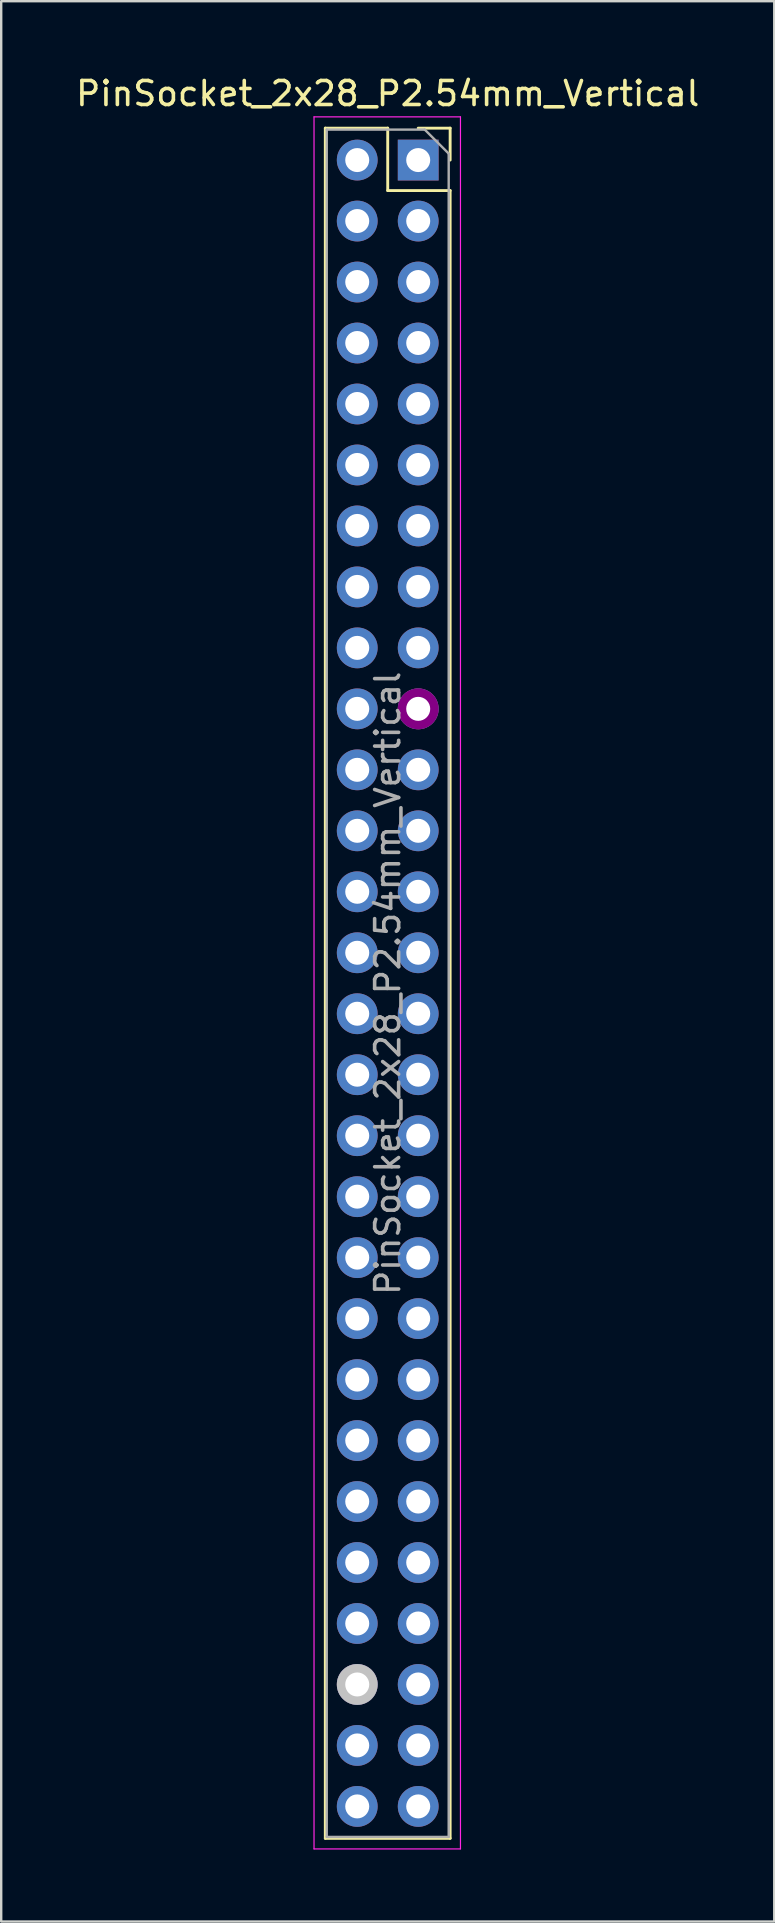
<source format=kicad_pcb>
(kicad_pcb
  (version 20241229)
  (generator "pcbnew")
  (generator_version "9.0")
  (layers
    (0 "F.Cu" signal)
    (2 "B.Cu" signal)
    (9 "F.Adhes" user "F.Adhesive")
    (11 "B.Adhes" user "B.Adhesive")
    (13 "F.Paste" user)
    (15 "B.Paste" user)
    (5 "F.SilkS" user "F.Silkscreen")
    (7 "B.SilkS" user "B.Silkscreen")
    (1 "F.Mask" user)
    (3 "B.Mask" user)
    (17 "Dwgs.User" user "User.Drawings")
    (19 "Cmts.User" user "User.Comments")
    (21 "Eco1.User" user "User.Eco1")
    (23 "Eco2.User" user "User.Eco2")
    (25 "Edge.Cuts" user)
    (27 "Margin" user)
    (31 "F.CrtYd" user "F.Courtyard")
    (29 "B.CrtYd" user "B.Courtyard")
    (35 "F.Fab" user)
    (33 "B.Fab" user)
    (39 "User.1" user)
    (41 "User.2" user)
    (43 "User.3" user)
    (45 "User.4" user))
  (footprint "PinSocket_2x28_P2.54mm_Vertical"
    (layer "F.Cu")
    (at 14.371 3.618)
    (property "Reference" "PinSocket_2x28_P2.54mm_Vertical" (at -1.27 -2.77 0) (layer "F.SilkS") (effects (font (size 1 1) (thickness 0.15))))
    (attr through_hole)
    (fp_line (start -3.87 -1.33) (end -3.87 69.91) (stroke (width 0.12) (type solid)) (layer "F.SilkS"))
    (fp_line (start -3.87 -1.33) (end -1.27 -1.33) (stroke (width 0.12) (type solid)) (layer "F.SilkS"))
    (fp_line (start -3.87 69.91) (end 1.33 69.91) (stroke (width 0.12) (type solid)) (layer "F.SilkS"))
    (fp_line (start -1.27 -1.33) (end -1.27 1.27) (stroke (width 0.12) (type solid)) (layer "F.SilkS"))
    (fp_line (start -1.27 1.27) (end 1.33 1.27) (stroke (width 0.12) (type solid)) (layer "F.SilkS"))
    (fp_line (start 0 -1.33) (end 1.33 -1.33) (stroke (width 0.12) (type solid)) (layer "F.SilkS"))
    (fp_line (start 1.33 -1.33) (end 1.33 0) (stroke (width 0.12) (type solid)) (layer "F.SilkS"))
    (fp_line (start 1.33 1.27) (end 1.33 69.91) (stroke (width 0.12) (type solid)) (layer "F.SilkS"))
    (fp_line (start -4.34 -1.8) (end 1.76 -1.8) (stroke (width 0.05) (type solid)) (layer "F.CrtYd"))
    (fp_line (start -4.34 70.35) (end -4.34 -1.8) (stroke (width 0.05) (type solid)) (layer "F.CrtYd"))
    (fp_line (start 1.76 -1.8) (end 1.76 70.35) (stroke (width 0.05) (type solid)) (layer "F.CrtYd"))
    (fp_line (start 1.76 70.35) (end -4.34 70.35) (stroke (width 0.05) (type solid)) (layer "F.CrtYd"))
    (fp_line (start -3.81 -1.27) (end 0.27 -1.27) (stroke (width 0.1) (type solid)) (layer "F.Fab"))
    (fp_line (start -3.81 69.85) (end -3.81 -1.27) (stroke (width 0.1) (type solid)) (layer "F.Fab"))
    (fp_line (start 0.27 -1.27) (end 1.27 -0.27) (stroke (width 0.1) (type solid)) (layer "F.Fab"))
    (fp_line (start 1.27 -0.27) (end 1.27 69.85) (stroke (width 0.1) (type solid)) (layer "F.Fab"))
    (fp_line (start 1.27 69.85) (end -3.81 69.85) (stroke (width 0.1) (type solid)) (layer "F.Fab"))
    (fp_text user "${REFERENCE}" (at -1.27 34.29 90) (layer "F.Fab") (effects (font (size 1 1) (thickness 0.15))))
    (pad "1a" thru_hole rect (at 0 0) (size 1.7 1.7) (drill 1) (layers "*.Cu" "*.Mask"))
    (pad "1b" thru_hole oval (at -2.54 0) (size 1.7 1.7) (drill 1) (layers "*.Cu" "*.Mask"))
    (pad "2a" thru_hole oval (at 0 2.54) (size 1.7 1.7) (drill 1) (layers "*.Cu" "*.Mask"))
    (pad "2b" thru_hole oval (at -2.54 2.54) (size 1.7 1.7) (drill 1) (layers "*.Cu" "*.Mask"))
    (pad "3a" thru_hole oval (at 0 5.08) (size 1.7 1.7) (drill 1) (layers "*.Cu" "*.Mask"))
    (pad "3b" thru_hole oval (at -2.54 5.08) (size 1.7 1.7) (drill 1) (layers "*.Cu" "*.Mask"))
    (pad "4a" thru_hole oval (at 0 7.62) (size 1.7 1.7) (drill 1) (layers "*.Cu" "*.Mask"))
    (pad "4b" thru_hole oval (at -2.54 7.62) (size 1.7 1.7) (drill 1) (layers "*.Cu" "*.Mask"))
    (pad "5a" thru_hole oval (at 0 10.16) (size 1.7 1.7) (drill 1) (layers "*.Cu" "*.Mask"))
    (pad "5b" thru_hole oval (at -2.54 10.16) (size 1.7 1.7) (drill 1) (layers "*.Cu" "*.Mask"))
    (pad "6a" thru_hole oval (at 0 12.7) (size 1.7 1.7) (drill 1) (layers "*.Cu" "*.Mask"))
    (pad "6b" thru_hole oval (at -2.54 12.7) (size 1.7 1.7) (drill 1) (layers "*.Cu" "*.Mask"))
    (pad "7a" thru_hole oval (at 0 15.24) (size 1.7 1.7) (drill 1) (layers "*.Cu" "*.Mask"))
    (pad "7b" thru_hole oval (at -2.54 15.24) (size 1.7 1.7) (drill 1) (layers "*.Cu" "*.Mask"))
    (pad "8a" thru_hole oval (at 0 17.78) (size 1.7 1.7) (drill 1) (layers "*.Cu" "*.Mask"))
    (pad "8b" thru_hole oval (at -2.54 17.78) (size 1.7 1.7) (drill 1) (layers "*.Cu" "*.Mask"))
    (pad "9a" thru_hole oval (at 0 20.32) (size 1.7 1.7) (drill 1) (layers "*.Cu" "*.Mask"))
    (pad "9b" thru_hole oval (at -2.54 20.32) (size 1.7 1.7) (drill 1) (layers "*.Cu" "*.Mask"))
    (pad "10a" thru_hole oval (at 0 22.86) (size 1.7 1.7) (drill 1) (layers "*.Cu" "*.Mask" "F.Adhes"))
    (pad "10b" thru_hole oval (at -2.54 22.86) (size 1.7 1.7) (drill 1) (layers "*.Cu" "*.Mask"))
    (pad "11a" thru_hole oval (at 0 25.4) (size 1.7 1.7) (drill 1) (layers "*.Cu" "*.Mask"))
    (pad "11b" thru_hole oval (at -2.54 25.4) (size 1.7 1.7) (drill 1) (layers "*.Cu" "*.Mask"))
    (pad "12a" thru_hole oval (at 0 27.94) (size 1.7 1.7) (drill 1) (layers "*.Cu" "*.Mask"))
    (pad "12b" thru_hole oval (at -2.54 27.94) (size 1.7 1.7) (drill 1) (layers "*.Cu" "*.Mask"))
    (pad "13a" thru_hole oval (at 0 30.48) (size 1.7 1.7) (drill 1) (layers "*.Cu" "*.Mask"))
    (pad "13b" thru_hole oval (at -2.54 30.48) (size 1.7 1.7) (drill 1) (layers "*.Cu" "*.Mask"))
    (pad "14a" thru_hole oval (at 0 33.02) (size 1.7 1.7) (drill 1) (layers "*.Cu" "*.Mask"))
    (pad "14b" thru_hole oval (at -2.54 33.02) (size 1.7 1.7) (drill 1) (layers "*.Cu" "*.Mask"))
    (pad "15a" thru_hole oval (at 0 35.56) (size 1.7 1.7) (drill 1) (layers "*.Cu" "*.Mask"))
    (pad "15b" thru_hole oval (at -2.54 35.56) (size 1.7 1.7) (drill 1) (layers "*.Cu" "*.Mask" "F.Paste"))
    (pad "16a" thru_hole oval (at 0 38.1) (size 1.7 1.7) (drill 1) (layers "*.Cu" "*.Mask"))
    (pad "16b" thru_hole oval (at -2.54 38.1) (size 1.7 1.7) (drill 1) (layers "*.Cu" "*.Mask"))
    (pad "17a" thru_hole oval (at 0 40.64) (size 1.7 1.7) (drill 1) (layers "*.Cu" "*.Mask"))
    (pad "17b" thru_hole oval (at -2.54 40.64) (size 1.7 1.7) (drill 1) (layers "*.Cu" "*.Mask"))
    (pad "18a" thru_hole oval (at 0 43.18) (size 1.7 1.7) (drill 1) (layers "*.Cu" "*.Mask"))
    (pad "18b" thru_hole oval (at -2.54 43.18) (size 1.7 1.7) (drill 1) (layers "*.Cu" "*.Mask"))
    (pad "19a" thru_hole oval (at 0 45.72) (size 1.7 1.7) (drill 1) (layers "*.Cu" "*.Mask"))
    (pad "19b" thru_hole oval (at -2.54 45.72) (size 1.7 1.7) (drill 1) (layers "*.Cu" "*.Mask"))
    (pad "20a" thru_hole oval (at 0 48.26) (size 1.7 1.7) (drill 1) (layers "*.Cu" "*.Mask"))
    (pad "20b" thru_hole oval (at -2.54 48.26) (size 1.7 1.7) (drill 1) (layers "*.Cu" "*.Mask"))
    (pad "21a" thru_hole oval (at 0 50.8) (size 1.7 1.7) (drill 1) (layers "*.Cu" "*.Mask"))
    (pad "21b" thru_hole oval (at -2.54 50.8) (size 1.7 1.7) (drill 1) (layers "*.Cu" "*.Mask"))
    (pad "22a" thru_hole oval (at 0 53.34) (size 1.7 1.7) (drill 1) (layers "*.Cu" "*.Mask"))
    (pad "22b" thru_hole oval (at -2.54 53.34) (size 1.7 1.7) (drill 1) (layers "*.Cu" "*.Mask"))
    (pad "23a" thru_hole oval (at 0 55.88) (size 1.7 1.7) (drill 1) (layers "*.Cu" "*.Mask"))
    (pad "23b" thru_hole oval (at -2.54 55.88) (size 1.7 1.7) (drill 1) (layers "*.Cu" "*.Mask" "B.Adhes"))
    (pad "24a" thru_hole oval (at 0 58.42) (size 1.7 1.7) (drill 1) (layers "*.Cu" "*.Mask"))
    (pad "24b" thru_hole oval (at -2.54 58.42) (size 1.7 1.7) (drill 1) (layers "*.Cu" "*.Mask"))
    (pad "25a" thru_hole oval (at 0 60.96) (size 1.7 1.7) (drill 1) (layers "*.Cu" "*.Mask"))
    (pad "25b" thru_hole oval (at -2.54 60.96) (size 1.7 1.7) (drill 1) (layers "*.Cu" "*.Mask"))
    (pad "26a" thru_hole oval (at 0 63.5) (size 1.7 1.7) (drill 1) (layers "*.Cu" "*.Mask"))
    (pad "26b" thru_hole oval (at -2.54 63.5) (size 1.7 1.7) (drill 1) (layers "*.Cu" "*.Mask" "Dwgs.User"))
    (pad "27a" thru_hole oval (at 0 66.04) (size 1.7 1.7) (drill 1) (layers "*.Cu" "*.Mask"))
    (pad "27b" thru_hole oval (at -2.54 66.04) (size 1.7 1.7) (drill 1) (layers "*.Cu" "*.Mask"))
    (pad "28a" thru_hole oval (at 0 68.58) (size 1.7 1.7) (drill 1) (layers "*.Cu" "*.Mask"))
    (pad "28b" thru_hole oval (at -2.54 68.58) (size 1.7 1.7) (drill 1) (layers "*.Cu" "*.Mask")))
  (gr_rect
    (start -3 -3)
    (end 29.202 76.993)
    (stroke (width 0.1) (type default))
    (fill no)
    (layer "Edge.Cuts")))
</source>
